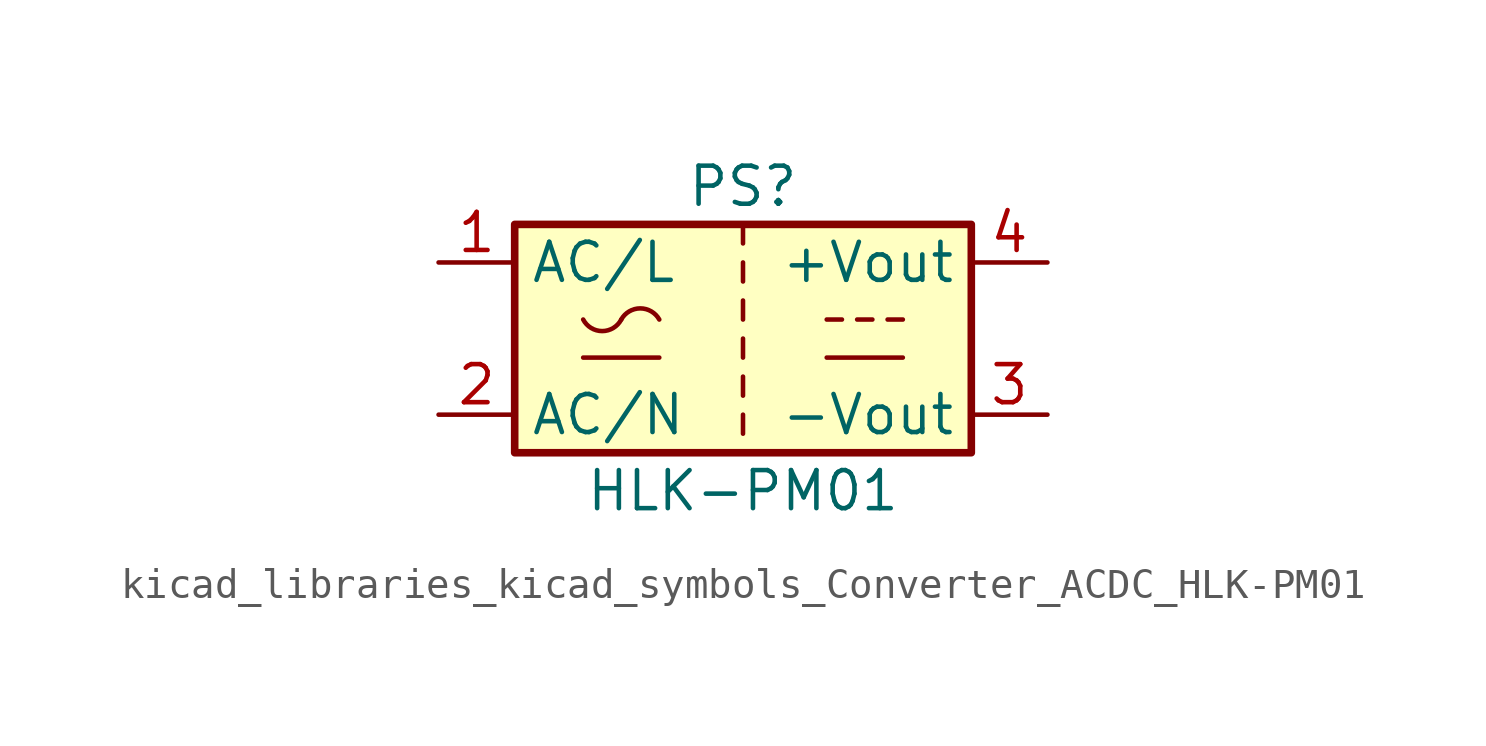
<source format=kicad_sym>
(kicad_symbol_lib
  (version 20220914)
  (generator kicad_symbol_editor)
  (symbol "kicad_libraries_kicad_symbols_Converter_ACDC_HLK-PM01"
    (property "Reference" "PS"
      (at 0 5.08 0)
      (effects (font (size 1.27 1.27))))
    (property "Value" "HLK-PM01"
      (at 0 -5.08 0)
      (effects (font (size 1.27 1.27))))
    (symbol "kicad_libraries_kicad_symbols_Converter_ACDC_HLK-PM01_0_1"
      (rectangle (start -7.62 3.81) (end 7.62 -3.81) (stroke (width 0.254) (type default)) (fill (type background)))
      (arc (start -5.334 0.635) (mid -4.699 0.2495) (end -4.064 0.635) (stroke (width 0) (type default)) (fill (type none)))
      (arc (start -2.794 0.635) (mid -3.429 1.0072) (end -4.064 0.635) (stroke (width 0) (type default)) (fill (type none)))
      (polyline (pts (xy -5.334 -0.635) (xy -2.794 -0.635)) (stroke (width 0) (type default)) (fill (type none)))
      (polyline (pts (xy 0 -2.54) (xy 0 -3.175)) (stroke (width 0) (type default)) (fill (type none)))
      (polyline (pts (xy 0 -1.27) (xy 0 -1.905)) (stroke (width 0) (type default)) (fill (type none)))
      (polyline (pts (xy 0 0) (xy 0 -0.635)) (stroke (width 0) (type default)) (fill (type none)))
      (polyline (pts (xy 0 1.27) (xy 0 0.635)) (stroke (width 0) (type default)) (fill (type none)))
      (polyline (pts (xy 0 2.54) (xy 0 1.905)) (stroke (width 0) (type default)) (fill (type none)))
      (polyline (pts (xy 0 3.81) (xy 0 3.175)) (stroke (width 0) (type default)) (fill (type none)))
      (polyline (pts (xy 2.794 -0.635) (xy 5.334 -0.635)) (stroke (width 0) (type default)) (fill (type none)))
      (polyline (pts (xy 2.794 0.635) (xy 3.302 0.635)) (stroke (width 0) (type default)) (fill (type none)))
      (polyline (pts (xy 3.81 0.635) (xy 4.318 0.635)) (stroke (width 0) (type default)) (fill (type none)))
      (polyline (pts (xy 4.826 0.635) (xy 5.334 0.635)) (stroke (width 0) (type default)) (fill (type none))))
    (symbol "kicad_libraries_kicad_symbols_Converter_ACDC_HLK-PM01_1_1"
      (pin power_in line (at -10.16 2.54 0) (length 2.54) (name "AC/L" (effects (font (size 1.27 1.27)))) (number "1" (effects (font (size 1.27 1.27)))))
      (pin power_in line (at -10.16 -2.54 0) (length 2.54) (name "AC/N" (effects (font (size 1.27 1.27)))) (number "2" (effects (font (size 1.27 1.27)))))
      (pin power_out line (at 10.16 -2.54 180) (length 2.54) (name "-Vout" (effects (font (size 1.27 1.27)))) (number "3" (effects (font (size 1.27 1.27)))))
      (pin power_out line (at 10.16 2.54 180) (length 2.54) (name "+Vout" (effects (font (size 1.27 1.27)))) (number "4" (effects (font (size 1.27 1.27))))))))
</source>
